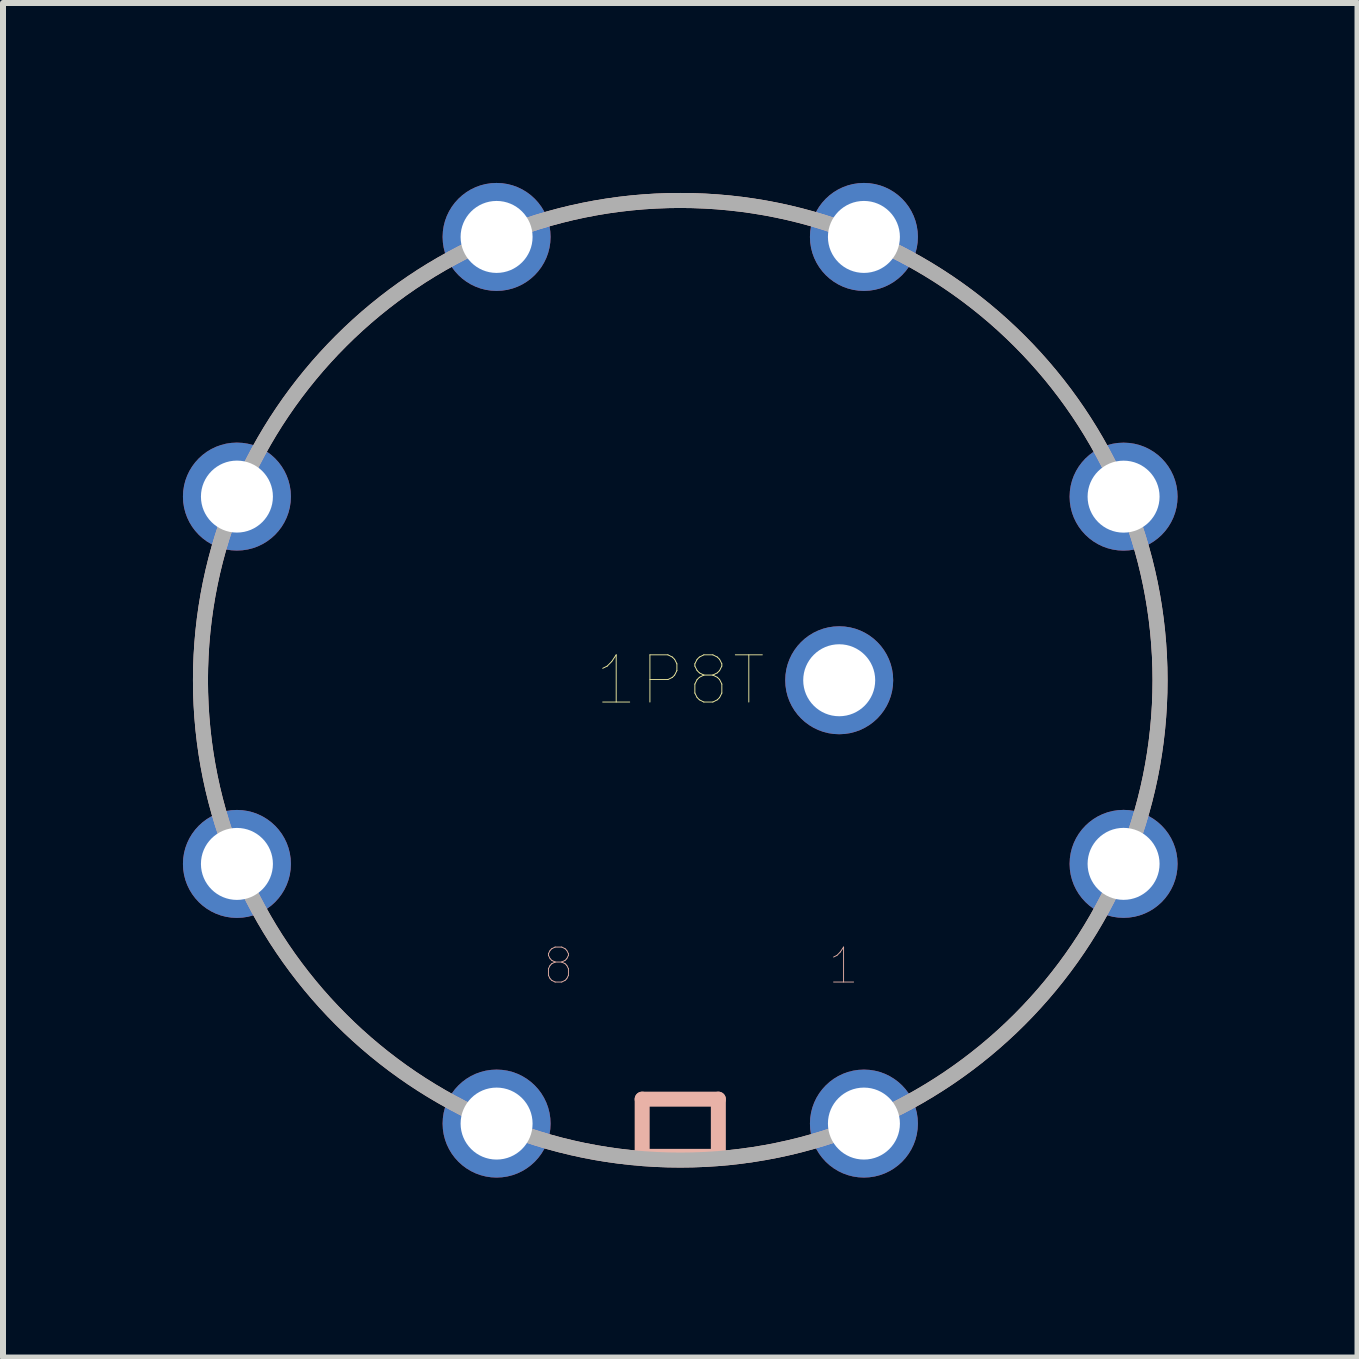
<source format=kicad_pcb>
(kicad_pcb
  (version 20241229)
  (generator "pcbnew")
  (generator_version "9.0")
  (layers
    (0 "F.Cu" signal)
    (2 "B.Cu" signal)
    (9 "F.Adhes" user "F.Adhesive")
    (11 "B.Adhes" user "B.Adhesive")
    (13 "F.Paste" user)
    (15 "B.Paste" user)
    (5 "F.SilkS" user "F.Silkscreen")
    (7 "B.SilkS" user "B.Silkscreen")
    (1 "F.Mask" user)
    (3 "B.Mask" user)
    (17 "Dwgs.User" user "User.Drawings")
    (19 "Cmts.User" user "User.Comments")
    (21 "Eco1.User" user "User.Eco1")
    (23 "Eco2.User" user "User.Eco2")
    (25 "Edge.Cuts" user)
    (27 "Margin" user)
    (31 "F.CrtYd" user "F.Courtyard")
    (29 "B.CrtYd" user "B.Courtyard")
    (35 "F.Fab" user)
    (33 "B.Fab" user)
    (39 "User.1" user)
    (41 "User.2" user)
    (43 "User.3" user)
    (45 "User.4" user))
  (footprint "1P8T"
    (layer "F.Cu")
    (at 8.291 8.291)
    (property "Reference" "1P8T" (at 0 0 0) (layer "F.SilkS") (effects (font (size 0.787 0.787) (thickness 0.015))))
    (attr through_hole)
    (fp_line (start -0.635 6.984) (end 0.635 6.984) (stroke (width 0.25) (type solid)) (layer "B.SilkS"))
    (fp_line (start -0.635 7.938) (end -0.635 6.984) (stroke (width 0.25) (type solid)) (layer "B.SilkS"))
    (fp_line (start 0.635 6.984) (end 0.635 7.938) (stroke (width 0.25) (type solid)) (layer "B.SilkS"))
    (fp_line (start 0.635 7.938) (end -0.635 7.938) (stroke (width 0.25) (type solid)) (layer "B.SilkS"))
    (fp_circle (center 0 0) (end 7.999 0) (stroke (width 0.25) (type solid)) (fill no) (layer "B.SilkS"))
    (fp_circle (center 0 0) (end 7.999 0) (stroke (width 0.25) (type solid)) (fill no) (layer "F.Fab"))
    (fp_text user "8" (at -2.031 4.762 0) (layer "B.SilkS") (effects (font (size 0.583 0.583) (thickness 0.015))))
    (fp_text user "1" (at 2.723 4.762 0) (layer "B.SilkS") (effects (font (size 0.583 0.583) (thickness 0.015))))
    (pad "1" thru_hole circle (at 3.062 7.391) (size 1.8 1.8) (drill 1.2) (layers "*.Cu" "*.Mask"))
    (pad "2" thru_hole circle (at 7.391 3.061) (size 1.8 1.8) (drill 1.2) (layers "*.Cu" "*.Mask"))
    (pad "3" thru_hole circle (at 7.391 -3.061) (size 1.8 1.8) (drill 1.2) (layers "*.Cu" "*.Mask"))
    (pad "4" thru_hole circle (at 3.062 -7.391) (size 1.8 1.8) (drill 1.2) (layers "*.Cu" "*.Mask"))
    (pad "5" thru_hole circle (at -3.062 -7.391) (size 1.8 1.8) (drill 1.2) (layers "*.Cu" "*.Mask"))
    (pad "6" thru_hole circle (at -7.391 -3.062) (size 1.8 1.8) (drill 1.2) (layers "*.Cu" "*.Mask"))
    (pad "7" thru_hole circle (at -7.391 3.062) (size 1.8 1.8) (drill 1.2) (layers "*.Cu" "*.Mask"))
    (pad "8" thru_hole circle (at -3.062 7.391) (size 1.8 1.8) (drill 1.2) (layers "*.Cu" "*.Mask"))
    (pad "A" thru_hole circle (at 2.65 0) (size 1.8 1.8) (drill 1.2) (layers "*.Cu" "*.Mask")))
  (gr_rect
    (start -3 -3)
    (end 19.582 19.582)
    (stroke (width 0.1) (type default))
    (fill no)
    (layer "Edge.Cuts")))
</source>
